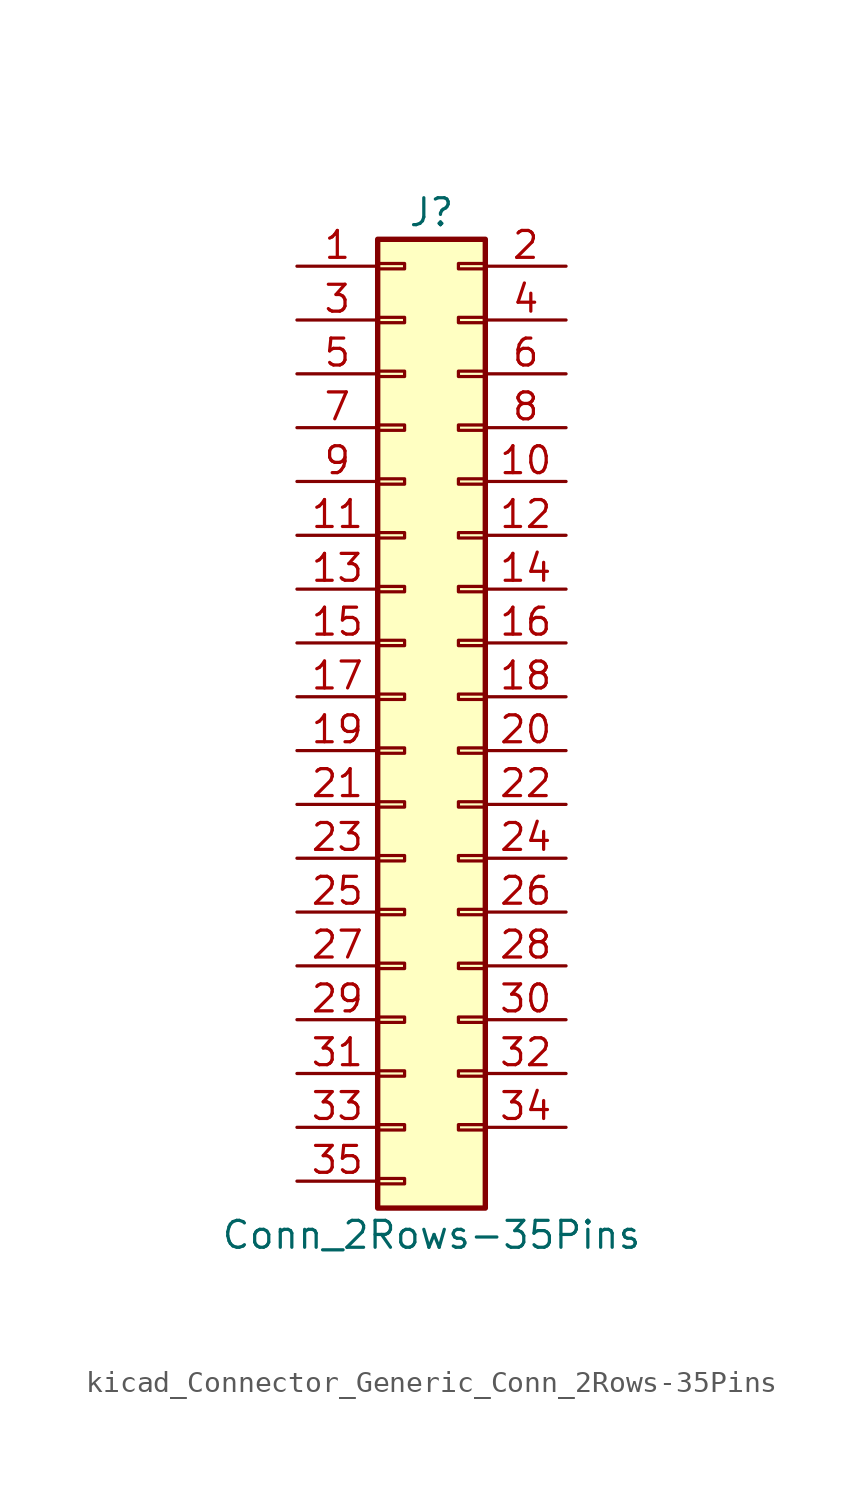
<source format=kicad_sym>
(kicad_symbol_lib
  (version 20220914)
  (generator kicad_symbol_editor)
  (symbol "kicad_Connector_Generic_Conn_2Rows-35Pins"
    (pin_names
      (offset 1.016) hide)
    (property "Reference" "J"
      (at 1.27 22.86 0)
      (effects (font (size 1.27 1.27))))
    (property "Value" "Conn_2Rows-35Pins"
      (at 1.27 -25.4 0)
      (effects (font (size 1.27 1.27))))
    (symbol "kicad_Connector_Generic_Conn_2Rows-35Pins_1_1"
      (rectangle (start -1.27 -22.733) (end 0 -22.987) (stroke (width 0.152) (type default)) (fill (type none)))
      (rectangle (start -1.27 -20.193) (end 0 -20.447) (stroke (width 0.152) (type default)) (fill (type none)))
      (rectangle (start -1.27 -17.653) (end 0 -17.907) (stroke (width 0.152) (type default)) (fill (type none)))
      (rectangle (start -1.27 -15.113) (end 0 -15.367) (stroke (width 0.152) (type default)) (fill (type none)))
      (rectangle (start -1.27 -12.573) (end 0 -12.827) (stroke (width 0.152) (type default)) (fill (type none)))
      (rectangle (start -1.27 -10.033) (end 0 -10.287) (stroke (width 0.152) (type default)) (fill (type none)))
      (rectangle (start -1.27 -7.493) (end 0 -7.747) (stroke (width 0.152) (type default)) (fill (type none)))
      (rectangle (start -1.27 -4.953) (end 0 -5.207) (stroke (width 0.152) (type default)) (fill (type none)))
      (rectangle (start -1.27 -2.413) (end 0 -2.667) (stroke (width 0.152) (type default)) (fill (type none)))
      (rectangle (start -1.27 0.127) (end 0 -0.127) (stroke (width 0.152) (type default)) (fill (type none)))
      (rectangle (start -1.27 2.667) (end 0 2.413) (stroke (width 0.152) (type default)) (fill (type none)))
      (rectangle (start -1.27 5.207) (end 0 4.953) (stroke (width 0.152) (type default)) (fill (type none)))
      (rectangle (start -1.27 7.747) (end 0 7.493) (stroke (width 0.152) (type default)) (fill (type none)))
      (rectangle (start -1.27 10.287) (end 0 10.033) (stroke (width 0.152) (type default)) (fill (type none)))
      (rectangle (start -1.27 12.827) (end 0 12.573) (stroke (width 0.152) (type default)) (fill (type none)))
      (rectangle (start -1.27 15.367) (end 0 15.113) (stroke (width 0.152) (type default)) (fill (type none)))
      (rectangle (start -1.27 17.907) (end 0 17.653) (stroke (width 0.152) (type default)) (fill (type none)))
      (rectangle (start -1.27 20.447) (end 0 20.193) (stroke (width 0.152) (type default)) (fill (type none)))
      (rectangle (start -1.27 21.59) (end 3.81 -24.13) (stroke (width 0.254) (type default)) (fill (type background)))
      (rectangle (start 3.81 -20.193) (end 2.54 -20.447) (stroke (width 0.152) (type default)) (fill (type none)))
      (rectangle (start 3.81 -17.653) (end 2.54 -17.907) (stroke (width 0.152) (type default)) (fill (type none)))
      (rectangle (start 3.81 -15.113) (end 2.54 -15.367) (stroke (width 0.152) (type default)) (fill (type none)))
      (rectangle (start 3.81 -12.573) (end 2.54 -12.827) (stroke (width 0.152) (type default)) (fill (type none)))
      (rectangle (start 3.81 -10.033) (end 2.54 -10.287) (stroke (width 0.152) (type default)) (fill (type none)))
      (rectangle (start 3.81 -7.493) (end 2.54 -7.747) (stroke (width 0.152) (type default)) (fill (type none)))
      (rectangle (start 3.81 -4.953) (end 2.54 -5.207) (stroke (width 0.152) (type default)) (fill (type none)))
      (rectangle (start 3.81 -2.413) (end 2.54 -2.667) (stroke (width 0.152) (type default)) (fill (type none)))
      (rectangle (start 3.81 0.127) (end 2.54 -0.127) (stroke (width 0.152) (type default)) (fill (type none)))
      (rectangle (start 3.81 2.667) (end 2.54 2.413) (stroke (width 0.152) (type default)) (fill (type none)))
      (rectangle (start 3.81 5.207) (end 2.54 4.953) (stroke (width 0.152) (type default)) (fill (type none)))
      (rectangle (start 3.81 7.747) (end 2.54 7.493) (stroke (width 0.152) (type default)) (fill (type none)))
      (rectangle (start 3.81 10.287) (end 2.54 10.033) (stroke (width 0.152) (type default)) (fill (type none)))
      (rectangle (start 3.81 12.827) (end 2.54 12.573) (stroke (width 0.152) (type default)) (fill (type none)))
      (rectangle (start 3.81 15.367) (end 2.54 15.113) (stroke (width 0.152) (type default)) (fill (type none)))
      (rectangle (start 3.81 17.907) (end 2.54 17.653) (stroke (width 0.152) (type default)) (fill (type none)))
      (rectangle (start 3.81 20.447) (end 2.54 20.193) (stroke (width 0.152) (type default)) (fill (type none)))
      (pin passive line (at -5.08 20.32 0) (length 3.81) (name "Pin_1" (effects (font (size 1.27 1.27)))) (number "1" (effects (font (size 1.27 1.27)))))
      (pin passive line (at 7.62 10.16 180) (length 3.81) (name "Pin_10" (effects (font (size 1.27 1.27)))) (number "10" (effects (font (size 1.27 1.27)))))
      (pin passive line (at -5.08 7.62 0) (length 3.81) (name "Pin_11" (effects (font (size 1.27 1.27)))) (number "11" (effects (font (size 1.27 1.27)))))
      (pin passive line (at 7.62 7.62 180) (length 3.81) (name "Pin_12" (effects (font (size 1.27 1.27)))) (number "12" (effects (font (size 1.27 1.27)))))
      (pin passive line (at -5.08 5.08 0) (length 3.81) (name "Pin_13" (effects (font (size 1.27 1.27)))) (number "13" (effects (font (size 1.27 1.27)))))
      (pin passive line (at 7.62 5.08 180) (length 3.81) (name "Pin_14" (effects (font (size 1.27 1.27)))) (number "14" (effects (font (size 1.27 1.27)))))
      (pin passive line (at -5.08 2.54 0) (length 3.81) (name "Pin_15" (effects (font (size 1.27 1.27)))) (number "15" (effects (font (size 1.27 1.27)))))
      (pin passive line (at 7.62 2.54 180) (length 3.81) (name "Pin_16" (effects (font (size 1.27 1.27)))) (number "16" (effects (font (size 1.27 1.27)))))
      (pin passive line (at -5.08 0 0) (length 3.81) (name "Pin_17" (effects (font (size 1.27 1.27)))) (number "17" (effects (font (size 1.27 1.27)))))
      (pin passive line (at 7.62 0 180) (length 3.81) (name "Pin_18" (effects (font (size 1.27 1.27)))) (number "18" (effects (font (size 1.27 1.27)))))
      (pin passive line (at -5.08 -2.54 0) (length 3.81) (name "Pin_19" (effects (font (size 1.27 1.27)))) (number "19" (effects (font (size 1.27 1.27)))))
      (pin passive line (at 7.62 20.32 180) (length 3.81) (name "Pin_2" (effects (font (size 1.27 1.27)))) (number "2" (effects (font (size 1.27 1.27)))))
      (pin passive line (at 7.62 -2.54 180) (length 3.81) (name "Pin_20" (effects (font (size 1.27 1.27)))) (number "20" (effects (font (size 1.27 1.27)))))
      (pin passive line (at -5.08 -5.08 0) (length 3.81) (name "Pin_21" (effects (font (size 1.27 1.27)))) (number "21" (effects (font (size 1.27 1.27)))))
      (pin passive line (at 7.62 -5.08 180) (length 3.81) (name "Pin_22" (effects (font (size 1.27 1.27)))) (number "22" (effects (font (size 1.27 1.27)))))
      (pin passive line (at -5.08 -7.62 0) (length 3.81) (name "Pin_23" (effects (font (size 1.27 1.27)))) (number "23" (effects (font (size 1.27 1.27)))))
      (pin passive line (at 7.62 -7.62 180) (length 3.81) (name "Pin_24" (effects (font (size 1.27 1.27)))) (number "24" (effects (font (size 1.27 1.27)))))
      (pin passive line (at -5.08 -10.16 0) (length 3.81) (name "Pin_25" (effects (font (size 1.27 1.27)))) (number "25" (effects (font (size 1.27 1.27)))))
      (pin passive line (at 7.62 -10.16 180) (length 3.81) (name "Pin_26" (effects (font (size 1.27 1.27)))) (number "26" (effects (font (size 1.27 1.27)))))
      (pin passive line (at -5.08 -12.7 0) (length 3.81) (name "Pin_27" (effects (font (size 1.27 1.27)))) (number "27" (effects (font (size 1.27 1.27)))))
      (pin passive line (at 7.62 -12.7 180) (length 3.81) (name "Pin_28" (effects (font (size 1.27 1.27)))) (number "28" (effects (font (size 1.27 1.27)))))
      (pin passive line (at -5.08 -15.24 0) (length 3.81) (name "Pin_29" (effects (font (size 1.27 1.27)))) (number "29" (effects (font (size 1.27 1.27)))))
      (pin passive line (at -5.08 17.78 0) (length 3.81) (name "Pin_3" (effects (font (size 1.27 1.27)))) (number "3" (effects (font (size 1.27 1.27)))))
      (pin passive line (at 7.62 -15.24 180) (length 3.81) (name "Pin_30" (effects (font (size 1.27 1.27)))) (number "30" (effects (font (size 1.27 1.27)))))
      (pin passive line (at -5.08 -17.78 0) (length 3.81) (name "Pin_31" (effects (font (size 1.27 1.27)))) (number "31" (effects (font (size 1.27 1.27)))))
      (pin passive line (at 7.62 -17.78 180) (length 3.81) (name "Pin_32" (effects (font (size 1.27 1.27)))) (number "32" (effects (font (size 1.27 1.27)))))
      (pin passive line (at -5.08 -20.32 0) (length 3.81) (name "Pin_33" (effects (font (size 1.27 1.27)))) (number "33" (effects (font (size 1.27 1.27)))))
      (pin passive line (at 7.62 -20.32 180) (length 3.81) (name "Pin_34" (effects (font (size 1.27 1.27)))) (number "34" (effects (font (size 1.27 1.27)))))
      (pin passive line (at -5.08 -22.86 0) (length 3.81) (name "Pin_35" (effects (font (size 1.27 1.27)))) (number "35" (effects (font (size 1.27 1.27)))))
      (pin passive line (at 7.62 17.78 180) (length 3.81) (name "Pin_4" (effects (font (size 1.27 1.27)))) (number "4" (effects (font (size 1.27 1.27)))))
      (pin passive line (at -5.08 15.24 0) (length 3.81) (name "Pin_5" (effects (font (size 1.27 1.27)))) (number "5" (effects (font (size 1.27 1.27)))))
      (pin passive line (at 7.62 15.24 180) (length 3.81) (name "Pin_6" (effects (font (size 1.27 1.27)))) (number "6" (effects (font (size 1.27 1.27)))))
      (pin passive line (at -5.08 12.7 0) (length 3.81) (name "Pin_7" (effects (font (size 1.27 1.27)))) (number "7" (effects (font (size 1.27 1.27)))))
      (pin passive line (at 7.62 12.7 180) (length 3.81) (name "Pin_8" (effects (font (size 1.27 1.27)))) (number "8" (effects (font (size 1.27 1.27)))))
      (pin passive line (at -5.08 10.16 0) (length 3.81) (name "Pin_9" (effects (font (size 1.27 1.27)))) (number "9" (effects (font (size 1.27 1.27))))))))
</source>
